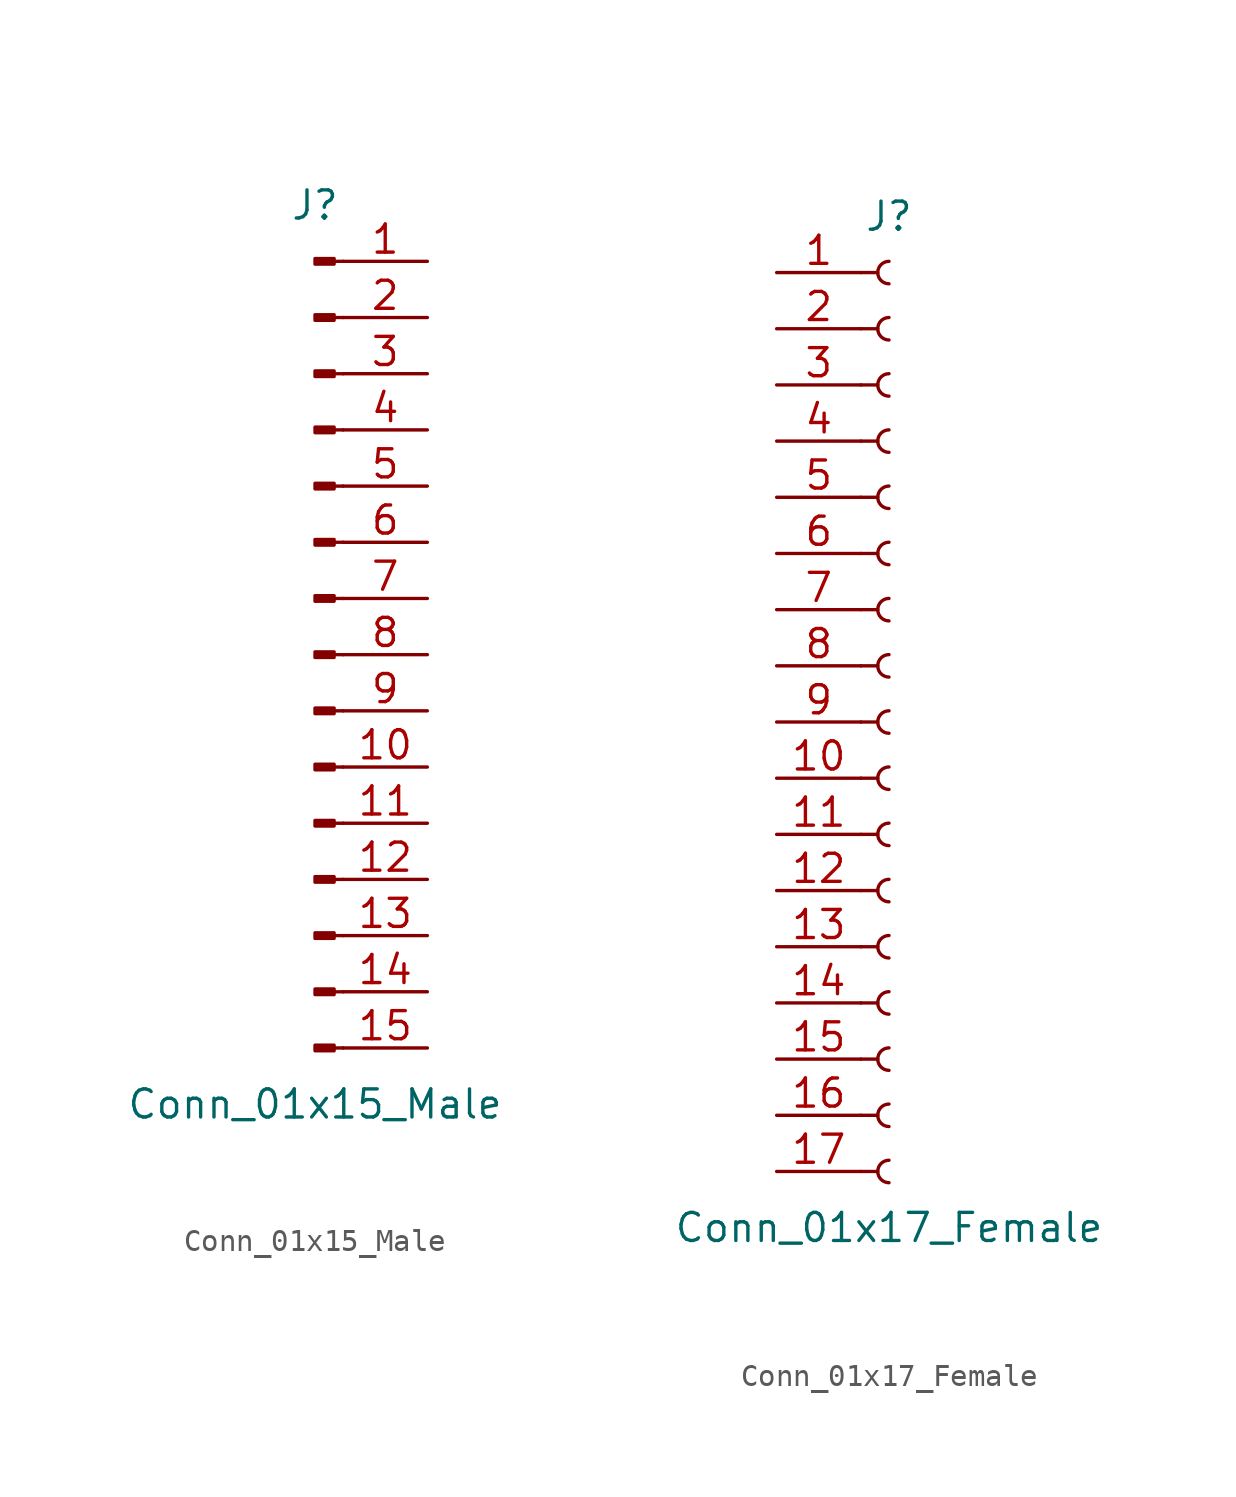
<source format=kicad_sym>
(kicad_symbol_lib
  (version 20220914)
  (generator kicad_symbol_editor)
  (symbol "Conn_01x15_Male"
    (pin_names
      (offset 1.016) hide)
    (property "Reference" "J"
      (at 0 20.32 0)
      (effects (font (size 1.27 1.27))))
    (property "Value" "Conn_01x15_Male"
      (at 0 -20.32 0)
      (effects (font (size 1.27 1.27))))
    (symbol "Conn_01x15_Male_1_1"
      (polyline (pts (xy 1.27 -17.78) (xy 0.864 -17.78)) (stroke (width 0.152) (type default)) (fill (type none)))
      (polyline (pts (xy 1.27 -15.24) (xy 0.864 -15.24)) (stroke (width 0.152) (type default)) (fill (type none)))
      (polyline (pts (xy 1.27 -12.7) (xy 0.864 -12.7)) (stroke (width 0.152) (type default)) (fill (type none)))
      (polyline (pts (xy 1.27 -10.16) (xy 0.864 -10.16)) (stroke (width 0.152) (type default)) (fill (type none)))
      (polyline (pts (xy 1.27 -7.62) (xy 0.864 -7.62)) (stroke (width 0.152) (type default)) (fill (type none)))
      (polyline (pts (xy 1.27 -5.08) (xy 0.864 -5.08)) (stroke (width 0.152) (type default)) (fill (type none)))
      (polyline (pts (xy 1.27 -2.54) (xy 0.864 -2.54)) (stroke (width 0.152) (type default)) (fill (type none)))
      (polyline (pts (xy 1.27 0) (xy 0.864 0)) (stroke (width 0.152) (type default)) (fill (type none)))
      (polyline (pts (xy 1.27 2.54) (xy 0.864 2.54)) (stroke (width 0.152) (type default)) (fill (type none)))
      (polyline (pts (xy 1.27 5.08) (xy 0.864 5.08)) (stroke (width 0.152) (type default)) (fill (type none)))
      (polyline (pts (xy 1.27 7.62) (xy 0.864 7.62)) (stroke (width 0.152) (type default)) (fill (type none)))
      (polyline (pts (xy 1.27 10.16) (xy 0.864 10.16)) (stroke (width 0.152) (type default)) (fill (type none)))
      (polyline (pts (xy 1.27 12.7) (xy 0.864 12.7)) (stroke (width 0.152) (type default)) (fill (type none)))
      (polyline (pts (xy 1.27 15.24) (xy 0.864 15.24)) (stroke (width 0.152) (type default)) (fill (type none)))
      (polyline (pts (xy 1.27 17.78) (xy 0.864 17.78)) (stroke (width 0.152) (type default)) (fill (type none)))
      (rectangle (start 0.864 -17.653) (end 0 -17.907) (stroke (width 0.152) (type default)) (fill (type outline)))
      (rectangle (start 0.864 -15.113) (end 0 -15.367) (stroke (width 0.152) (type default)) (fill (type outline)))
      (rectangle (start 0.864 -12.573) (end 0 -12.827) (stroke (width 0.152) (type default)) (fill (type outline)))
      (rectangle (start 0.864 -10.033) (end 0 -10.287) (stroke (width 0.152) (type default)) (fill (type outline)))
      (rectangle (start 0.864 -7.493) (end 0 -7.747) (stroke (width 0.152) (type default)) (fill (type outline)))
      (rectangle (start 0.864 -4.953) (end 0 -5.207) (stroke (width 0.152) (type default)) (fill (type outline)))
      (rectangle (start 0.864 -2.413) (end 0 -2.667) (stroke (width 0.152) (type default)) (fill (type outline)))
      (rectangle (start 0.864 0.127) (end 0 -0.127) (stroke (width 0.152) (type default)) (fill (type outline)))
      (rectangle (start 0.864 2.667) (end 0 2.413) (stroke (width 0.152) (type default)) (fill (type outline)))
      (rectangle (start 0.864 5.207) (end 0 4.953) (stroke (width 0.152) (type default)) (fill (type outline)))
      (rectangle (start 0.864 7.747) (end 0 7.493) (stroke (width 0.152) (type default)) (fill (type outline)))
      (rectangle (start 0.864 10.287) (end 0 10.033) (stroke (width 0.152) (type default)) (fill (type outline)))
      (rectangle (start 0.864 12.827) (end 0 12.573) (stroke (width 0.152) (type default)) (fill (type outline)))
      (rectangle (start 0.864 15.367) (end 0 15.113) (stroke (width 0.152) (type default)) (fill (type outline)))
      (rectangle (start 0.864 17.907) (end 0 17.653) (stroke (width 0.152) (type default)) (fill (type outline)))
      (pin passive line (at 5.08 17.78 180) (length 3.81) (name "Pin_1" (effects (font (size 1.27 1.27)))) (number "1" (effects (font (size 1.27 1.27)))))
      (pin passive line (at 5.08 -5.08 180) (length 3.81) (name "Pin_10" (effects (font (size 1.27 1.27)))) (number "10" (effects (font (size 1.27 1.27)))))
      (pin passive line (at 5.08 -7.62 180) (length 3.81) (name "Pin_11" (effects (font (size 1.27 1.27)))) (number "11" (effects (font (size 1.27 1.27)))))
      (pin passive line (at 5.08 -10.16 180) (length 3.81) (name "Pin_12" (effects (font (size 1.27 1.27)))) (number "12" (effects (font (size 1.27 1.27)))))
      (pin passive line (at 5.08 -12.7 180) (length 3.81) (name "Pin_13" (effects (font (size 1.27 1.27)))) (number "13" (effects (font (size 1.27 1.27)))))
      (pin passive line (at 5.08 -15.24 180) (length 3.81) (name "Pin_14" (effects (font (size 1.27 1.27)))) (number "14" (effects (font (size 1.27 1.27)))))
      (pin passive line (at 5.08 -17.78 180) (length 3.81) (name "Pin_15" (effects (font (size 1.27 1.27)))) (number "15" (effects (font (size 1.27 1.27)))))
      (pin passive line (at 5.08 15.24 180) (length 3.81) (name "Pin_2" (effects (font (size 1.27 1.27)))) (number "2" (effects (font (size 1.27 1.27)))))
      (pin passive line (at 5.08 12.7 180) (length 3.81) (name "Pin_3" (effects (font (size 1.27 1.27)))) (number "3" (effects (font (size 1.27 1.27)))))
      (pin passive line (at 5.08 10.16 180) (length 3.81) (name "Pin_4" (effects (font (size 1.27 1.27)))) (number "4" (effects (font (size 1.27 1.27)))))
      (pin passive line (at 5.08 7.62 180) (length 3.81) (name "Pin_5" (effects (font (size 1.27 1.27)))) (number "5" (effects (font (size 1.27 1.27)))))
      (pin passive line (at 5.08 5.08 180) (length 3.81) (name "Pin_6" (effects (font (size 1.27 1.27)))) (number "6" (effects (font (size 1.27 1.27)))))
      (pin passive line (at 5.08 2.54 180) (length 3.81) (name "Pin_7" (effects (font (size 1.27 1.27)))) (number "7" (effects (font (size 1.27 1.27)))))
      (pin passive line (at 5.08 0 180) (length 3.81) (name "Pin_8" (effects (font (size 1.27 1.27)))) (number "8" (effects (font (size 1.27 1.27)))))
      (pin passive line (at 5.08 -2.54 180) (length 3.81) (name "Pin_9" (effects (font (size 1.27 1.27)))) (number "9" (effects (font (size 1.27 1.27)))))))
  (symbol "Conn_01x17_Female"
    (pin_names
      (offset 1.016) hide)
    (property "Reference" "J"
      (at 0 22.86 0)
      (effects (font (size 1.27 1.27))))
    (property "Value" "Conn_01x17_Female"
      (at 0 -22.86 0)
      (effects (font (size 1.27 1.27))))
    (symbol "Conn_01x17_Female_1_1"
      (arc (start 0 -19.812) (mid -0.5058 -20.32) (end 0 -20.828) (stroke (width 0.1524) (type default)) (fill (type none)))
      (arc (start 0 -17.272) (mid -0.5058 -17.78) (end 0 -18.288) (stroke (width 0.1524) (type default)) (fill (type none)))
      (arc (start 0 -14.732) (mid -0.5058 -15.24) (end 0 -15.748) (stroke (width 0.1524) (type default)) (fill (type none)))
      (arc (start 0 -12.192) (mid -0.5058 -12.7) (end 0 -13.208) (stroke (width 0.1524) (type default)) (fill (type none)))
      (arc (start 0 -9.652) (mid -0.5058 -10.16) (end 0 -10.668) (stroke (width 0.1524) (type default)) (fill (type none)))
      (arc (start 0 -7.112) (mid -0.5058 -7.62) (end 0 -8.128) (stroke (width 0.1524) (type default)) (fill (type none)))
      (arc (start 0 -4.572) (mid -0.5058 -5.08) (end 0 -5.588) (stroke (width 0.1524) (type default)) (fill (type none)))
      (arc (start 0 -2.032) (mid -0.5058 -2.54) (end 0 -3.048) (stroke (width 0.1524) (type default)) (fill (type none)))
      (polyline (pts (xy -1.27 -20.32) (xy -0.508 -20.32)) (stroke (width 0.152) (type default)) (fill (type none)))
      (polyline (pts (xy -1.27 -17.78) (xy -0.508 -17.78)) (stroke (width 0.152) (type default)) (fill (type none)))
      (polyline (pts (xy -1.27 -15.24) (xy -0.508 -15.24)) (stroke (width 0.152) (type default)) (fill (type none)))
      (polyline (pts (xy -1.27 -12.7) (xy -0.508 -12.7)) (stroke (width 0.152) (type default)) (fill (type none)))
      (polyline (pts (xy -1.27 -10.16) (xy -0.508 -10.16)) (stroke (width 0.152) (type default)) (fill (type none)))
      (polyline (pts (xy -1.27 -7.62) (xy -0.508 -7.62)) (stroke (width 0.152) (type default)) (fill (type none)))
      (polyline (pts (xy -1.27 -5.08) (xy -0.508 -5.08)) (stroke (width 0.152) (type default)) (fill (type none)))
      (polyline (pts (xy -1.27 -2.54) (xy -0.508 -2.54)) (stroke (width 0.152) (type default)) (fill (type none)))
      (polyline (pts (xy -1.27 0) (xy -0.508 0)) (stroke (width 0.152) (type default)) (fill (type none)))
      (polyline (pts (xy -1.27 2.54) (xy -0.508 2.54)) (stroke (width 0.152) (type default)) (fill (type none)))
      (polyline (pts (xy -1.27 5.08) (xy -0.508 5.08)) (stroke (width 0.152) (type default)) (fill (type none)))
      (polyline (pts (xy -1.27 7.62) (xy -0.508 7.62)) (stroke (width 0.152) (type default)) (fill (type none)))
      (polyline (pts (xy -1.27 10.16) (xy -0.508 10.16)) (stroke (width 0.152) (type default)) (fill (type none)))
      (polyline (pts (xy -1.27 12.7) (xy -0.508 12.7)) (stroke (width 0.152) (type default)) (fill (type none)))
      (polyline (pts (xy -1.27 15.24) (xy -0.508 15.24)) (stroke (width 0.152) (type default)) (fill (type none)))
      (polyline (pts (xy -1.27 17.78) (xy -0.508 17.78)) (stroke (width 0.152) (type default)) (fill (type none)))
      (polyline (pts (xy -1.27 20.32) (xy -0.508 20.32)) (stroke (width 0.152) (type default)) (fill (type none)))
      (arc (start 0 0.508) (mid -0.5058 0) (end 0 -0.508) (stroke (width 0.1524) (type default)) (fill (type none)))
      (arc (start 0 3.048) (mid -0.5058 2.54) (end 0 2.032) (stroke (width 0.1524) (type default)) (fill (type none)))
      (arc (start 0 5.588) (mid -0.5058 5.08) (end 0 4.572) (stroke (width 0.1524) (type default)) (fill (type none)))
      (arc (start 0 8.128) (mid -0.5058 7.62) (end 0 7.112) (stroke (width 0.1524) (type default)) (fill (type none)))
      (arc (start 0 10.668) (mid -0.5058 10.16) (end 0 9.652) (stroke (width 0.1524) (type default)) (fill (type none)))
      (arc (start 0 13.208) (mid -0.5058 12.7) (end 0 12.192) (stroke (width 0.1524) (type default)) (fill (type none)))
      (arc (start 0 15.748) (mid -0.5058 15.24) (end 0 14.732) (stroke (width 0.1524) (type default)) (fill (type none)))
      (arc (start 0 18.288) (mid -0.5058 17.78) (end 0 17.272) (stroke (width 0.1524) (type default)) (fill (type none)))
      (arc (start 0 20.828) (mid -0.5058 20.32) (end 0 19.812) (stroke (width 0.1524) (type default)) (fill (type none)))
      (pin passive line (at -5.08 20.32 0) (length 3.81) (name "Pin_1" (effects (font (size 1.27 1.27)))) (number "1" (effects (font (size 1.27 1.27)))))
      (pin passive line (at -5.08 -2.54 0) (length 3.81) (name "Pin_10" (effects (font (size 1.27 1.27)))) (number "10" (effects (font (size 1.27 1.27)))))
      (pin passive line (at -5.08 -5.08 0) (length 3.81) (name "Pin_11" (effects (font (size 1.27 1.27)))) (number "11" (effects (font (size 1.27 1.27)))))
      (pin passive line (at -5.08 -7.62 0) (length 3.81) (name "Pin_12" (effects (font (size 1.27 1.27)))) (number "12" (effects (font (size 1.27 1.27)))))
      (pin passive line (at -5.08 -10.16 0) (length 3.81) (name "Pin_13" (effects (font (size 1.27 1.27)))) (number "13" (effects (font (size 1.27 1.27)))))
      (pin passive line (at -5.08 -12.7 0) (length 3.81) (name "Pin_14" (effects (font (size 1.27 1.27)))) (number "14" (effects (font (size 1.27 1.27)))))
      (pin passive line (at -5.08 -15.24 0) (length 3.81) (name "Pin_15" (effects (font (size 1.27 1.27)))) (number "15" (effects (font (size 1.27 1.27)))))
      (pin passive line (at -5.08 -17.78 0) (length 3.81) (name "Pin_16" (effects (font (size 1.27 1.27)))) (number "16" (effects (font (size 1.27 1.27)))))
      (pin passive line (at -5.08 -20.32 0) (length 3.81) (name "Pin_17" (effects (font (size 1.27 1.27)))) (number "17" (effects (font (size 1.27 1.27)))))
      (pin passive line (at -5.08 17.78 0) (length 3.81) (name "Pin_2" (effects (font (size 1.27 1.27)))) (number "2" (effects (font (size 1.27 1.27)))))
      (pin passive line (at -5.08 15.24 0) (length 3.81) (name "Pin_3" (effects (font (size 1.27 1.27)))) (number "3" (effects (font (size 1.27 1.27)))))
      (pin passive line (at -5.08 12.7 0) (length 3.81) (name "Pin_4" (effects (font (size 1.27 1.27)))) (number "4" (effects (font (size 1.27 1.27)))))
      (pin passive line (at -5.08 10.16 0) (length 3.81) (name "Pin_5" (effects (font (size 1.27 1.27)))) (number "5" (effects (font (size 1.27 1.27)))))
      (pin passive line (at -5.08 7.62 0) (length 3.81) (name "Pin_6" (effects (font (size 1.27 1.27)))) (number "6" (effects (font (size 1.27 1.27)))))
      (pin passive line (at -5.08 5.08 0) (length 3.81) (name "Pin_7" (effects (font (size 1.27 1.27)))) (number "7" (effects (font (size 1.27 1.27)))))
      (pin passive line (at -5.08 2.54 0) (length 3.81) (name "Pin_8" (effects (font (size 1.27 1.27)))) (number "8" (effects (font (size 1.27 1.27)))))
      (pin passive line (at -5.08 0 0) (length 3.81) (name "Pin_9" (effects (font (size 1.27 1.27)))) (number "9" (effects (font (size 1.27 1.27))))))))
</source>
